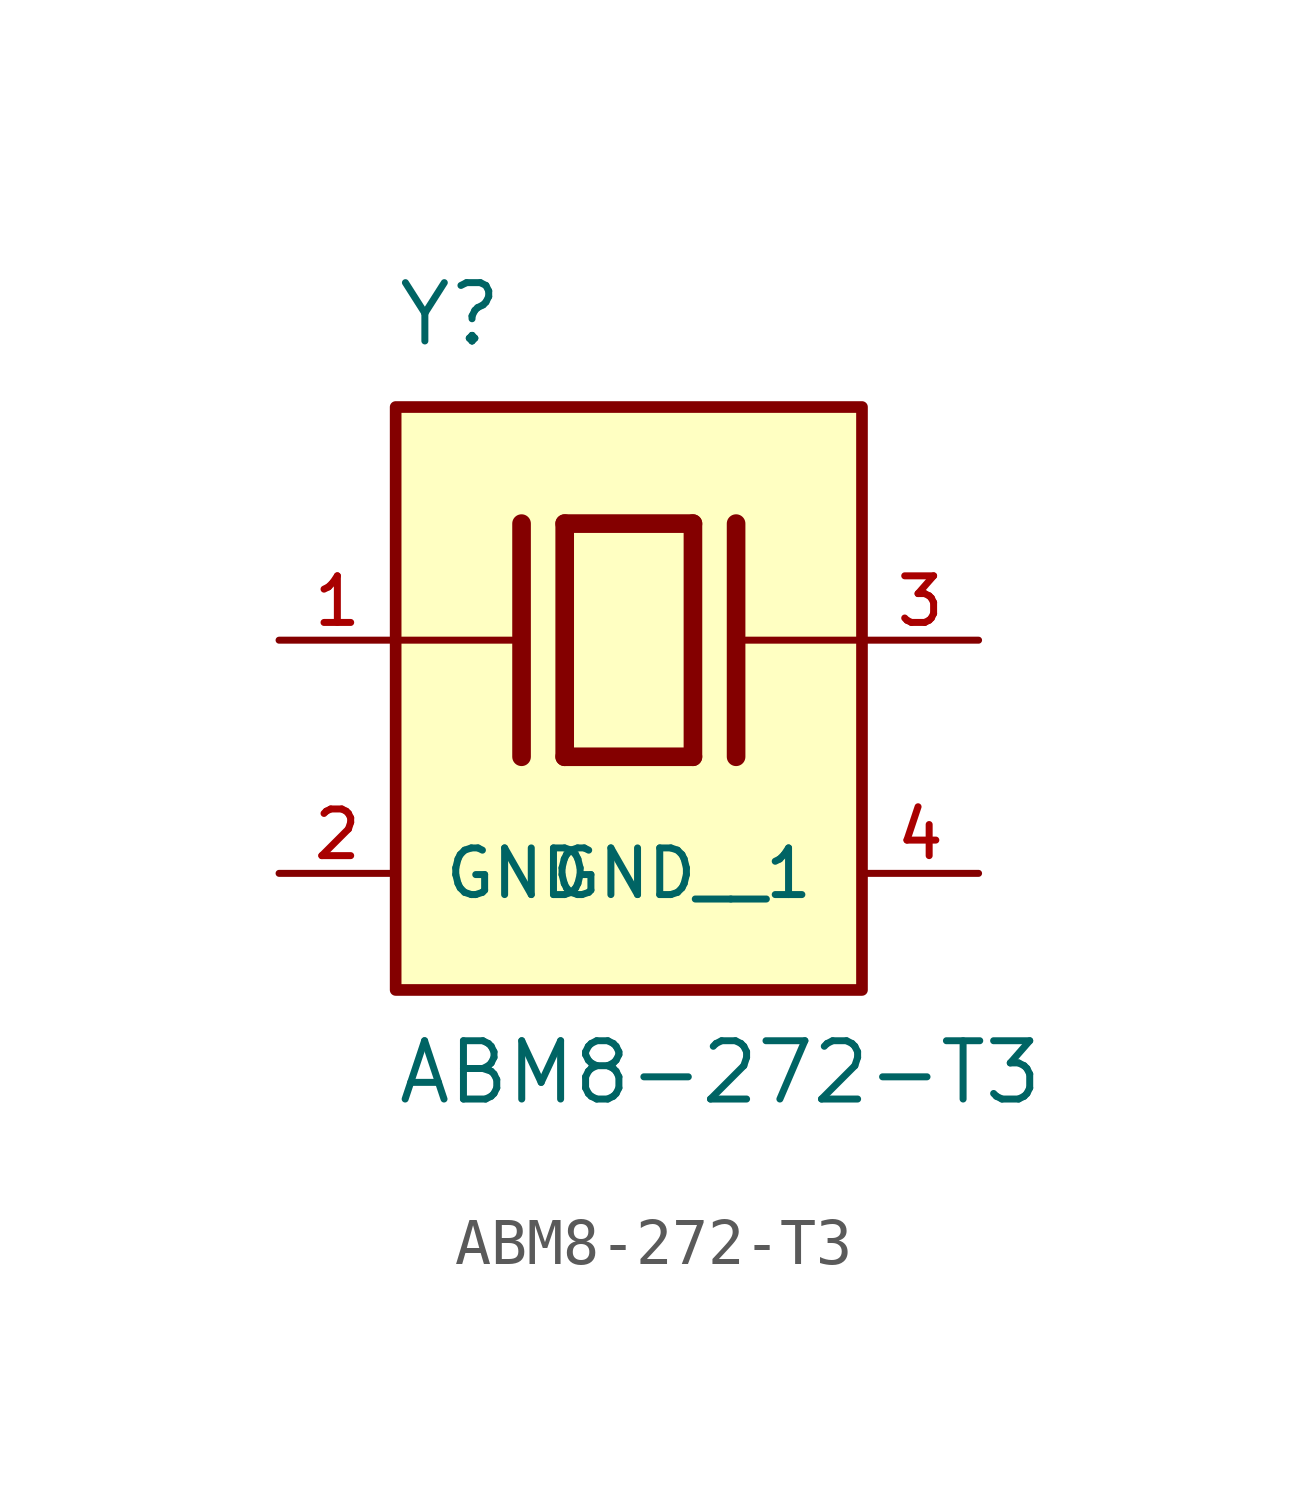
<source format=kicad_sym>
(kicad_symbol_lib
  (version 20241209)
  (generator "kicad_symbol_editor")
  (generator_version "9.0")
  (symbol "ABM8-272-T3"
    (pin_names
      (offset 1.016))
    (property "Reference" "Y"
      (at -5.088 6.356 0)
      (effects (font (size 1.27 1.27)) (justify left bottom)))
    (property "Value" "ABM8-272-T3"
      (at -5.094 -10.16 0)
      (effects (font (size 1.27 1.27)) (justify left bottom)))
    (symbol "ABM8-272-T3_0_0"
      (polyline (pts (xy -5.08 0) (xy -2.54 0)) (stroke (width 0.152) (type default)) (fill (type none)))
      (rectangle (start -5.08 -7.62) (end 5.08 5.08) (stroke (width 0.254) (type default)) (fill (type background)))
      (polyline (pts (xy -2.337 2.54) (xy -2.337 -2.54)) (stroke (width 0.406) (type default)) (fill (type none)))
      (polyline (pts (xy -1.397 2.54) (xy -1.397 -2.54)) (stroke (width 0.406) (type default)) (fill (type none)))
      (polyline (pts (xy -1.397 2.54) (xy 1.397 2.54)) (stroke (width 0.406) (type default)) (fill (type none)))
      (polyline (pts (xy 1.397 2.54) (xy 1.397 -2.54)) (stroke (width 0.406) (type default)) (fill (type none)))
      (polyline (pts (xy 1.397 -2.54) (xy -1.397 -2.54)) (stroke (width 0.406) (type default)) (fill (type none)))
      (polyline (pts (xy 2.337 2.54) (xy 2.337 -2.54)) (stroke (width 0.406) (type default)) (fill (type none)))
      (polyline (pts (xy 2.54 0) (xy 5.08 0)) (stroke (width 0.152) (type default)) (fill (type none)))
      (pin passive line (at -7.62 0 0) (length 2.54) (name "~" (effects (font (size 1.016 1.016)))) (number "1" (effects (font (size 1.016 1.016)))))
      (pin power_in line (at -7.62 -5.08 0) (length 2.54) (name "GND" (effects (font (size 1.016 1.016)))) (number "2" (effects (font (size 1.016 1.016)))))
      (pin passive line (at 7.62 0 180) (length 2.54) (name "~" (effects (font (size 1.016 1.016)))) (number "3" (effects (font (size 1.016 1.016)))))
      (pin power_in line (at 7.62 -5.08 180) (length 2.54) (name "GND__1" (effects (font (size 1.016 1.016)))) (number "4" (effects (font (size 1.016 1.016))))))))
</source>
